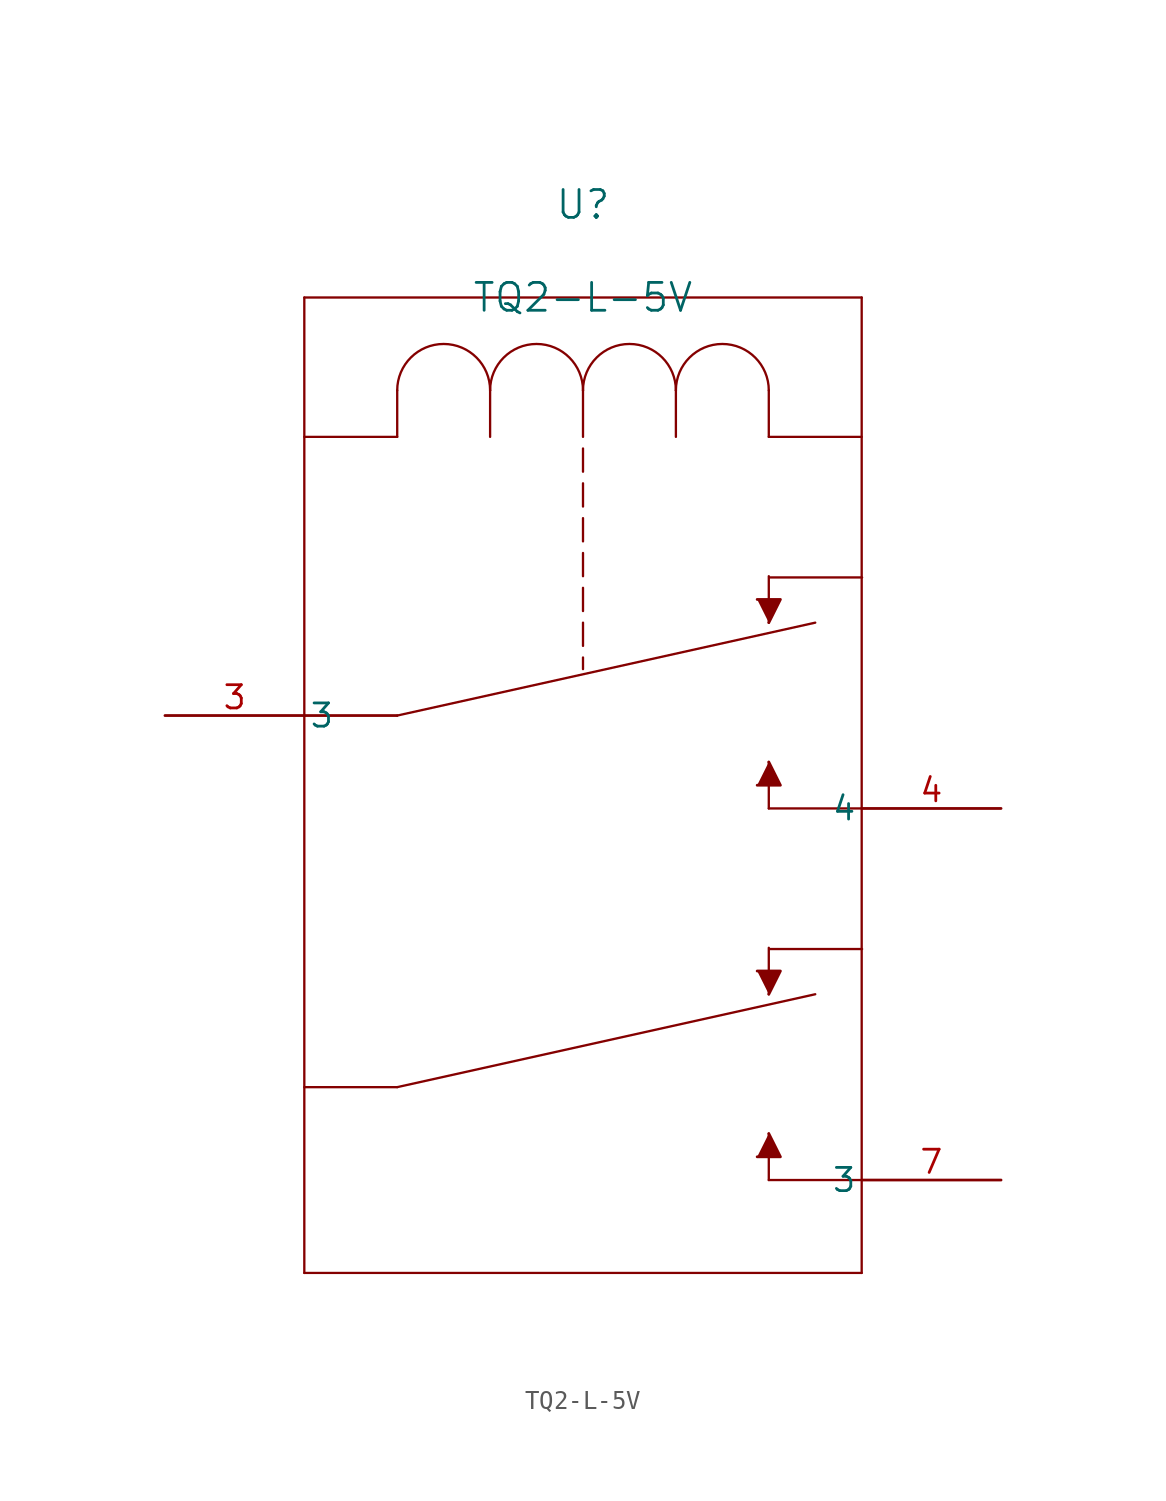
<source format=kicad_sym>
(kicad_symbol_lib
  (version 20211014)
  (generator kicad_symbol_editor)
  (symbol "TQ2-L-5V"
    (pin_names
      (offset 0.254))
    (property "Reference" "U"
      (at 22.86 12.7 0)
      (effects (font (size 1.524 1.524))))
    (property "Value" "TQ2-L-5V"
      (at 22.86 7.62 0)
      (effects (font (size 1.524 1.524))))
    (symbol "TQ2-L-5V_0_1"
      (polyline (pts (xy 12.7 -15.24) (xy 35.56 -10.16)) (stroke (width 0.127) (type default) (color 0 0 0 0)) (fill (type none)))
      (polyline (pts (xy 12.7 -15.24) (xy 7.62 -15.24)) (stroke (width 0.127) (type default) (color 0 0 0 0)) (fill (type none)))
      (polyline (pts (xy 38.1 -20.32) (xy 33.02 -20.32)) (stroke (width 0.127) (type default) (color 0 0 0 0)) (fill (type none)))
      (polyline (pts (xy 33.042 -7.688) (xy 38.122 -7.688)) (stroke (width 0.127) (type default) (color 0 0 0 0)) (fill (type none)))
      (polyline (pts (xy 38.1 7.62) (xy 7.62 7.62)) (stroke (width 0.127) (type default) (color 0 0 0 0)) (fill (type none)))
      (polyline (pts (xy 22.86 -1.905) (xy 22.86 -0.635)) (stroke (width 0.127) (type default) (color 0 0 0 0)) (fill (type none)))
      (polyline (pts (xy 22.86 -2.54) (xy 22.86 -3.81)) (stroke (width 0.127) (type default) (color 0 0 0 0)) (fill (type none)))
      (polyline (pts (xy 22.86 -4.445) (xy 22.86 -5.715)) (stroke (width 0.127) (type default) (color 0 0 0 0)) (fill (type none)))
      (polyline (pts (xy 22.86 -6.35) (xy 22.86 -7.62)) (stroke (width 0.127) (type default) (color 0 0 0 0)) (fill (type none)))
      (polyline (pts (xy 22.86 -8.255) (xy 22.86 -9.525)) (stroke (width 0.127) (type default) (color 0 0 0 0)) (fill (type none)))
      (polyline (pts (xy 33.02 -10.16) (xy 33.02 -7.62)) (stroke (width 0.127) (type default) (color 0 0 0 0)) (fill (type none)))
      (polyline (pts (xy 33.02 -20.32) (xy 33.02 -17.78)) (stroke (width 0.127) (type default) (color 0 0 0 0)) (fill (type none)))
      (polyline (pts (xy 7.62 -45.72) (xy 38.1 -45.72)) (stroke (width 0.127) (type default) (color 0 0 0 0)) (fill (type none)))
      (polyline (pts (xy 7.62 7.62) (xy 7.62 -45.72)) (stroke (width 0.127) (type default) (color 0 0 0 0)) (fill (type none)))
      (polyline (pts (xy 38.1 -40.64) (xy 33.02 -40.64)) (stroke (width 0.127) (type default) (color 0 0 0 0)) (fill (type none)))
      (polyline (pts (xy 38.1 7.62) (xy 38.1 -45.72)) (stroke (width 0.127) (type default) (color 0 0 0 0)) (fill (type none)))
      (polyline (pts (xy 33.02 -40.64) (xy 33.02 -38.1)) (stroke (width 0.127) (type default) (color 0 0 0 0)) (fill (type none)))
      (polyline (pts (xy 33.042 -28.008) (xy 38.122 -28.008)) (stroke (width 0.127) (type default) (color 0 0 0 0)) (fill (type none)))
      (polyline (pts (xy 33.02 -30.48) (xy 33.02 -27.94)) (stroke (width 0.127) (type default) (color 0 0 0 0)) (fill (type none)))
      (polyline (pts (xy 12.7 -35.56) (xy 7.62 -35.56)) (stroke (width 0.127) (type default) (color 0 0 0 0)) (fill (type none)))
      (polyline (pts (xy 12.7 -15.24) (xy 7.62 -15.24)) (stroke (width 0.127) (type default) (color 0 0 0 0)) (fill (type none)))
      (polyline (pts (xy 12.7 -35.56) (xy 35.56 -30.48)) (stroke (width 0.127) (type default) (color 0 0 0 0)) (fill (type none)))
      (arc (start 17.78 2.54) (mid 15.24 5.08) (end 12.7 2.54) (stroke (width 0.127) (type default) (color 0 0 0 0)) (fill (type none)))
      (polyline (pts (xy 12.7 2.54) (xy 12.7 0)) (stroke (width 0.127) (type default) (color 0 0 0 0)) (fill (type none)))
      (arc (start 22.86 2.54) (mid 20.32 5.08) (end 17.78 2.54) (stroke (width 0.127) (type default) (color 0 0 0 0)) (fill (type none)))
      (polyline (pts (xy 17.78 2.54) (xy 17.78 0)) (stroke (width 0.127) (type default) (color 0 0 0 0)) (fill (type none)))
      (arc (start 27.94 2.54) (mid 25.4 5.08) (end 22.86 2.54) (stroke (width 0.127) (type default) (color 0 0 0 0)) (fill (type none)))
      (polyline (pts (xy 22.86 2.54) (xy 22.86 0)) (stroke (width 0.127) (type default) (color 0 0 0 0)) (fill (type none)))
      (arc (start 33.02 2.54) (mid 30.48 5.08) (end 27.94 2.54) (stroke (width 0.127) (type default) (color 0 0 0 0)) (fill (type none)))
      (polyline (pts (xy 27.94 2.54) (xy 27.94 0)) (stroke (width 0.127) (type default) (color 0 0 0 0)) (fill (type none)))
      (polyline (pts (xy 33.02 2.54) (xy 33.02 0)) (stroke (width 0.127) (type default) (color 0 0 0 0)) (fill (type none)))
      (polyline (pts (xy 12.7 0) (xy 7.62 0)) (stroke (width 0.127) (type default) (color 0 0 0 0)) (fill (type none)))
      (polyline (pts (xy 33.02 0) (xy 38.1 0)) (stroke (width 0.127) (type default) (color 0 0 0 0)) (fill (type none)))
      (polyline (pts (xy 22.86 -10.16) (xy 22.86 -11.43)) (stroke (width 0.127) (type default) (color 0 0 0 0)) (fill (type none)))
      (polyline (pts (xy 22.86 -12.065) (xy 22.86 -12.7)) (stroke (width 0.127) (type default) (color 0 0 0 0)) (fill (type none)))
      (polyline (pts (xy 32.385 -8.89) (xy 33.655 -8.89) (xy 33.02 -10.16)) (stroke (width 0) (type default) (color 0 0 0 0)) (fill (type outline)))
      (polyline (pts (xy 32.385 -19.05) (xy 33.655 -19.05) (xy 33.02 -17.78)) (stroke (width 0) (type default) (color 0 0 0 0)) (fill (type outline)))
      (polyline (pts (xy 32.385 -39.37) (xy 33.655 -39.37) (xy 33.02 -38.1)) (stroke (width 0) (type default) (color 0 0 0 0)) (fill (type outline)))
      (polyline (pts (xy 32.385 -29.21) (xy 33.655 -29.21) (xy 33.02 -30.48)) (stroke (width 0) (type default) (color 0 0 0 0)) (fill (type outline)))
      (pin unspecified line (at 0 -15.24 0) (length 7.62) (name "3" (effects (font (size 1.27 1.27)))) (number "3" (effects (font (size 1.27 1.27)))))
      (pin unspecified line (at 45.72 -20.32 180) (length 7.62) (name "4" (effects (font (size 1.27 1.27)))) (number "4" (effects (font (size 1.27 1.27)))))
      (pin unspecified line (at 45.72 -40.64 180) (length 7.62) (name "3" (effects (font (size 1.27 1.27)))) (number "7" (effects (font (size 1.27 1.27))))))))
</source>
